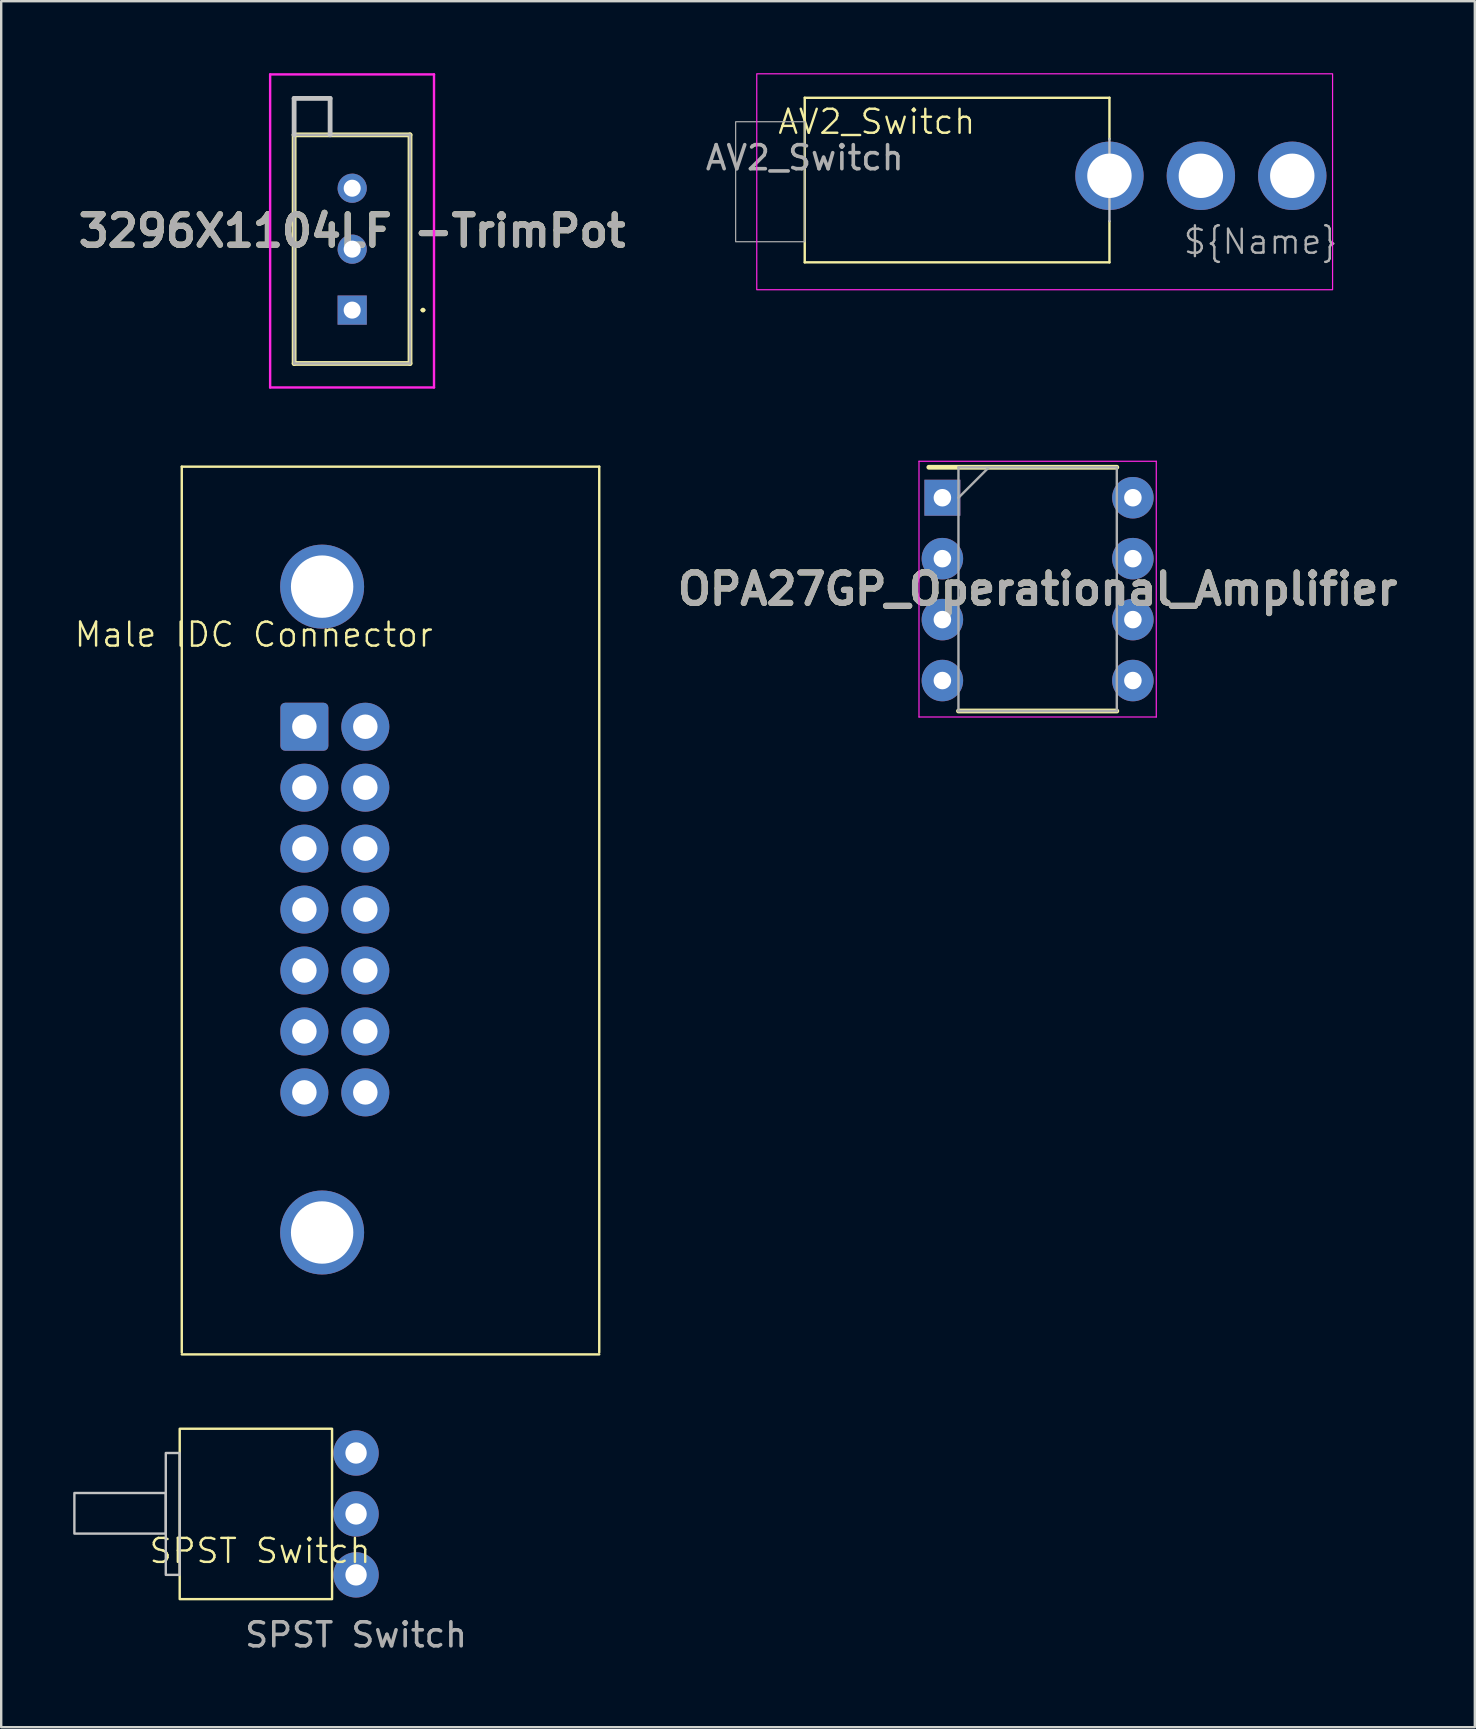
<source format=kicad_pcb>
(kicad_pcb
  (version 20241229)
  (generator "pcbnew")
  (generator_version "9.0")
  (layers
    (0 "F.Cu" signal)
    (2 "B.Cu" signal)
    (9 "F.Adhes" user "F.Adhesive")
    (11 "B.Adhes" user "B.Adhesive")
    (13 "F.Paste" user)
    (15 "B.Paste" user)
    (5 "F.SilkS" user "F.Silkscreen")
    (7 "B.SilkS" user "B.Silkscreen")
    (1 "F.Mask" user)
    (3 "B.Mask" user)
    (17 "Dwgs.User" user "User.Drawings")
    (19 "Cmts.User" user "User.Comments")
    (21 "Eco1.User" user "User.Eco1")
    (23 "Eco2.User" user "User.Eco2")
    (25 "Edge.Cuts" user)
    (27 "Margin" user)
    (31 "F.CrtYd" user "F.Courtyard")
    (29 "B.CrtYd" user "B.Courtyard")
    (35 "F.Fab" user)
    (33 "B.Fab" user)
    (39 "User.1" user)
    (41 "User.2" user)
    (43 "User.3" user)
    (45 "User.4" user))
  (footprint "SPST Switch"
    (layer "F.Cu")
    (at 11.79 62.59)
    (property "Reference" "SPST Switch" (at -4 -1 0) (unlocked yes) (layer "F.SilkS") (effects (font (size 1 1) (thickness 0.1))))
    (attr through_hole)
    (fp_rect (start -7.35 -6.09) (end -1 1.01) (stroke (width 0.1) (type default)) (fill no) (layer "F.SilkS"))
    (fp_rect (start -11.74 -1.72) (end -7.93 -3.413) (stroke (width 0.1) (type default)) (fill no) (layer "Dwgs.User"))
    (fp_rect (start -7.93 0) (end -7.35 -5.08) (stroke (width 0.1) (type default)) (fill no) (layer "Dwgs.User"))
    (fp_text user "${REFERENCE}" (at 0 2.5 0) (unlocked yes) (layer "F.Fab") (effects (font (size 1 1) (thickness 0.15))))
    (pad "1" thru_hole circle (at 0 0) (size 1.89 1.89) (drill 0.89) (layers "*.Cu" "*.Mask"))
    (pad "2" thru_hole circle (at 0 -2.54) (size 1.89 1.89) (drill 0.89) (layers "*.Cu" "*.Mask"))
    (pad "3" thru_hole circle (at 0 -5.08) (size 1.89 1.89) (drill 0.89) (layers "*.Cu" "*.Mask")))
  (footprint "3296X1104LF -TrimPot"
    (layer "F.Cu")
    (at 11.629 9.875)
    (property "Reference" "3296X1104LF -TrimPot" (at -0.005 -3.3 0) (layer "F.SilkS") (effects (font (size 1.27 1.27) (thickness 0.254))))
    (attr through_hole)
    (fp_line (start -2.42 -7.305) (end -2.42 2.225) (stroke (width 0.2) (type solid)) (layer "F.SilkS"))
    (fp_line (start -2.42 2.225) (end 2.41 2.225) (stroke (width 0.2) (type solid)) (layer "F.SilkS"))
    (fp_line (start 2.41 -7.305) (end -2.42 -7.305) (stroke (width 0.2) (type solid)) (layer "F.SilkS"))
    (fp_line (start 2.41 2.225) (end 2.41 -7.305) (stroke (width 0.2) (type solid)) (layer "F.SilkS"))
    (fp_line (start 2.9 0) (end 2.9 0) (stroke (width 0.1) (type solid)) (layer "F.SilkS"))
    (fp_line (start 3 0) (end 3 0) (stroke (width 0.1) (type solid)) (layer "F.SilkS"))
    (fp_arc (start 2.9 0) (mid 2.95 -0.05) (end 3 0) (stroke (width 0.1) (type solid)) (layer "F.SilkS"))
    (fp_arc (start 3 0) (mid 2.95 0.05) (end 2.9 0) (stroke (width 0.1) (type solid)) (layer "F.SilkS"))
    (fp_line (start -2.42 -8.825) (end -2.42 -7.305) (stroke (width 0.2) (type solid)) (layer "Dwgs.User"))
    (fp_line (start -0.92 -8.825) (end -2.42 -8.825) (stroke (width 0.2) (type solid)) (layer "Dwgs.User"))
    (fp_line (start -0.92 -7.305) (end -0.92 -8.825) (stroke (width 0.2) (type solid)) (layer "Dwgs.User"))
    (fp_line (start -3.42 -9.825) (end -3.42 3.225) (stroke (width 0.1) (type solid)) (layer "F.CrtYd"))
    (fp_line (start -3.42 3.225) (end 3.41 3.225) (stroke (width 0.1) (type solid)) (layer "F.CrtYd"))
    (fp_line (start 3.41 -9.825) (end -3.42 -9.825) (stroke (width 0.1) (type solid)) (layer "F.CrtYd"))
    (fp_line (start 3.41 3.225) (end 3.41 -9.825) (stroke (width 0.1) (type solid)) (layer "F.CrtYd"))
    (fp_line (start -2.42 -8.825) (end -0.92 -8.825) (stroke (width 0.1) (type solid)) (layer "F.Fab"))
    (fp_line (start -2.42 -7.305) (end -2.42 -8.825) (stroke (width 0.1) (type solid)) (layer "F.Fab"))
    (fp_line (start -2.42 -7.305) (end -2.42 2.225) (stroke (width 0.1) (type solid)) (layer "F.Fab"))
    (fp_line (start -2.42 2.225) (end 2.41 2.225) (stroke (width 0.1) (type solid)) (layer "F.Fab"))
    (fp_line (start -0.92 -8.825) (end -0.92 -7.305) (stroke (width 0.1) (type solid)) (layer "F.Fab"))
    (fp_line (start 2.41 -7.305) (end -2.42 -7.305) (stroke (width 0.1) (type solid)) (layer "F.Fab"))
    (fp_line (start 2.41 2.225) (end 2.41 -7.305) (stroke (width 0.1) (type solid)) (layer "F.Fab"))
    (fp_text user "${REFERENCE}" (at -0.005 -3.3 0) (layer "F.Fab") (effects (font (size 1.27 1.27) (thickness 0.254))))
    (pad "1" thru_hole rect (at 0 0) (size 1.217 1.217) (drill 0.71) (layers "*.Cu" "*.Mask"))
    (pad "2" thru_hole circle (at 0 -2.54) (size 1.217 1.217) (drill 0.71) (layers "*.Cu" "*.Mask"))
    (pad "3" thru_hole circle (at 0 -5.08) (size 1.217 1.217) (drill 0.71) (layers "*.Cu" "*.Mask")))
  (footprint "Male IDC Connector"
    (layer "F.Cu")
    (at 4.526 16.4)
    (property "Reference" "Male IDC Connector" (at 3 7 0) (unlocked yes) (layer "F.SilkS") (effects (font (size 1 1) (thickness 0.1))))
    (attr through_hole)
    (fp_line (start 0 0) (end 0 36.92) (stroke (width 0.1) (type default)) (layer "F.SilkS"))
    (fp_line (start 0 0) (end 17.4 0) (stroke (width 0.1) (type default)) (layer "F.SilkS"))
    (fp_line (start 0 37) (end 17.4 37) (stroke (width 0.1) (type default)) (layer "F.SilkS"))
    (fp_line (start 17.4 36.92) (end 17.4 0) (stroke (width 0.1) (type default)) (layer "F.SilkS"))
    (pad "1" thru_hole roundrect (at 5.11 10.84) (size 2 2) (drill 1.02) (layers "*.Cu" "*.Mask") (roundrect_rratio 0.1))
    (pad "2" thru_hole circle (at 5.11 13.38) (size 2 2) (drill 1.02) (layers "*.Cu" "*.Mask"))
    (pad "3" thru_hole circle (at 5.11 15.92) (size 2 2) (drill 1.02) (layers "*.Cu" "*.Mask"))
    (pad "4" thru_hole circle (at 5.11 18.46) (size 2 2) (drill 1.02) (layers "*.Cu" "*.Mask"))
    (pad "5" thru_hole circle (at 5.11 21) (size 2 2) (drill 1.02) (layers "*.Cu" "*.Mask"))
    (pad "6" thru_hole circle (at 5.11 23.54) (size 2 2) (drill 1.02) (layers "*.Cu" "*.Mask"))
    (pad "7" thru_hole circle (at 5.11 26.08) (size 2 2) (drill 1.02) (layers "*.Cu" "*.Mask"))
    (pad "8" thru_hole circle (at 7.65 10.84) (size 2 2) (drill 1.02) (layers "*.Cu" "*.Mask"))
    (pad "9" thru_hole circle (at 7.65 13.38) (size 2 2) (drill 1.02) (layers "*.Cu" "*.Mask"))
    (pad "10" thru_hole circle (at 7.65 15.92) (size 2 2) (drill 1.02) (layers "*.Cu" "*.Mask"))
    (pad "11" thru_hole circle (at 7.65 18.46) (size 2 2) (drill 1.02) (layers "*.Cu" "*.Mask"))
    (pad "12" thru_hole circle (at 7.65 21) (size 2 2) (drill 1.02) (layers "*.Cu" "*.Mask"))
    (pad "13" thru_hole circle (at 7.65 23.54) (size 2 2) (drill 1.02) (layers "*.Cu" "*.Mask"))
    (pad "14" thru_hole circle (at 7.65 26.08) (size 2 2) (drill 1.02) (layers "*.Cu" "*.Mask"))
    (pad "MH" thru_hole circle (at 5.85 5) (size 3.5 3.5) (drill 2.6) (layers "*.Cu" "*.Mask"))
    (pad "MH" thru_hole circle (at 5.85 31.92) (size 3.5 3.5) (drill 2.6) (layers "*.Cu" "*.Mask")))
  (footprint "AV2_Switch"
    (layer "F.Cu")
    (at 30.491 1.025)
    (property "Reference" "AV2_Switch" (at 3 1 0) (unlocked yes) (layer "F.SilkS") (effects (font (size 1 1) (thickness 0.1))))
    (attr through_hole)
    (fp_line (start 0 0) (end 0 6.86) (stroke (width 0.1) (type default)) (layer "F.SilkS"))
    (fp_line (start 0 6.86) (end 12.7 6.86) (stroke (width 0.1) (type default)) (layer "F.SilkS"))
    (fp_line (start 12.7 0) (end 0 0) (stroke (width 0.1) (type default)) (layer "F.SilkS"))
    (fp_line (start 12.7 1.715) (end 12.7 0) (stroke (width 0.1) (type default)) (layer "F.SilkS"))
    (fp_line (start 12.7 6.86) (end 12.7 5.143) (stroke (width 0.1) (type default)) (layer "F.SilkS"))
    (fp_line (start 12.7 1.715) (end 12.7 5.143) (stroke (width 0.1) (type default)) (layer "Dwgs.User"))
    (fp_rect (start -2 -1) (end 22 8) (stroke (width 0.05) (type default)) (fill no) (layer "F.CrtYd"))
    (fp_rect (start -2.88 1) (end 0 6) (stroke (width 0.05) (type default)) (fill no) (layer "F.Fab"))
    (fp_text user "${Name}" (at 19 6 0) (layer "F.Fab") (effects (font (size 1 1) (thickness 0.1))))
    (fp_text user "${REFERENCE}" (at 0 2.5 0) (unlocked yes) (layer "F.Fab") (effects (font (size 1 1) (thickness 0.15))))
    (pad "1" thru_hole circle (at 12.7 3.252) (size 2.85 2.85) (drill 1.85) (layers "*.Cu" "*.Mask"))
    (pad "2" thru_hole circle (at 16.51 3.252) (size 2.85 2.85) (drill 1.85) (layers "*.Cu" "*.Mask"))
    (pad "3" thru_hole circle (at 20.32 3.252) (size 2.85 2.85) (drill 1.85) (layers "*.Cu" "*.Mask")))
  (footprint "OPA27GP_Operational_Amplifier"
    (layer "F.Cu")
    (at 40.198 21.505)
    (property "Reference" "OPA27GP_Operational_Amplifier" (at 0 0 0) (layer "F.SilkS") (effects (font (size 1.27 1.27) (thickness 0.254))))
    (attr through_hole)
    (fp_line (start -4.535 -5.08) (end 3.3 -5.08) (stroke (width 0.2) (type solid)) (layer "F.SilkS"))
    (fp_line (start -3.3 5.08) (end 3.3 5.08) (stroke (width 0.2) (type solid)) (layer "F.SilkS"))
    (fp_line (start -4.945 -5.33) (end 4.945 -5.33) (stroke (width 0.05) (type solid)) (layer "F.CrtYd"))
    (fp_line (start -4.945 5.33) (end -4.945 -5.33) (stroke (width 0.05) (type solid)) (layer "F.CrtYd"))
    (fp_line (start 4.945 -5.33) (end 4.945 5.33) (stroke (width 0.05) (type solid)) (layer "F.CrtYd"))
    (fp_line (start 4.945 5.33) (end -4.945 5.33) (stroke (width 0.05) (type solid)) (layer "F.CrtYd"))
    (fp_line (start -3.3 -5.08) (end 3.3 -5.08) (stroke (width 0.1) (type solid)) (layer "F.Fab"))
    (fp_line (start -3.3 -3.81) (end -2.03 -5.08) (stroke (width 0.1) (type solid)) (layer "F.Fab"))
    (fp_line (start -3.3 5.08) (end -3.3 -5.08) (stroke (width 0.1) (type solid)) (layer "F.Fab"))
    (fp_line (start 3.3 -5.08) (end 3.3 5.08) (stroke (width 0.1) (type solid)) (layer "F.Fab"))
    (fp_line (start 3.3 5.08) (end -3.3 5.08) (stroke (width 0.1) (type solid)) (layer "F.Fab"))
    (fp_text user "${REFERENCE}" (at 0 0 0) (layer "F.Fab") (effects (font (size 1.27 1.27) (thickness 0.254))))
    (pad "1" thru_hole rect (at -3.97 -3.81) (size 1.5 1.5) (drill 0.73) (layers "*.Cu" "*.Mask"))
    (pad "2" thru_hole circle (at -3.97 -1.27) (size 1.73 1.73) (drill 0.73) (layers "*.Cu" "*.Mask"))
    (pad "3" thru_hole circle (at -3.97 1.27) (size 1.73 1.73) (drill 0.73) (layers "*.Cu" "*.Mask"))
    (pad "4" thru_hole circle (at -3.97 3.81) (size 1.73 1.73) (drill 0.73) (layers "*.Cu" "*.Mask"))
    (pad "5" thru_hole circle (at 3.97 3.81) (size 1.73 1.73) (drill 0.73) (layers "*.Cu" "*.Mask"))
    (pad "6" thru_hole circle (at 3.97 1.27) (size 1.73 1.73) (drill 0.73) (layers "*.Cu" "*.Mask"))
    (pad "7" thru_hole circle (at 3.97 -1.27) (size 1.73 1.73) (drill 0.73) (layers "*.Cu" "*.Mask"))
    (pad "8" thru_hole circle (at 3.97 -3.81) (size 1.73 1.73) (drill 0.73) (layers "*.Cu" "*.Mask")))
  (gr_rect
    (start -3 -3)
    (end 58.42 68.938)
    (stroke (width 0.1) (type default))
    (fill no)
    (layer "Edge.Cuts")))
</source>
